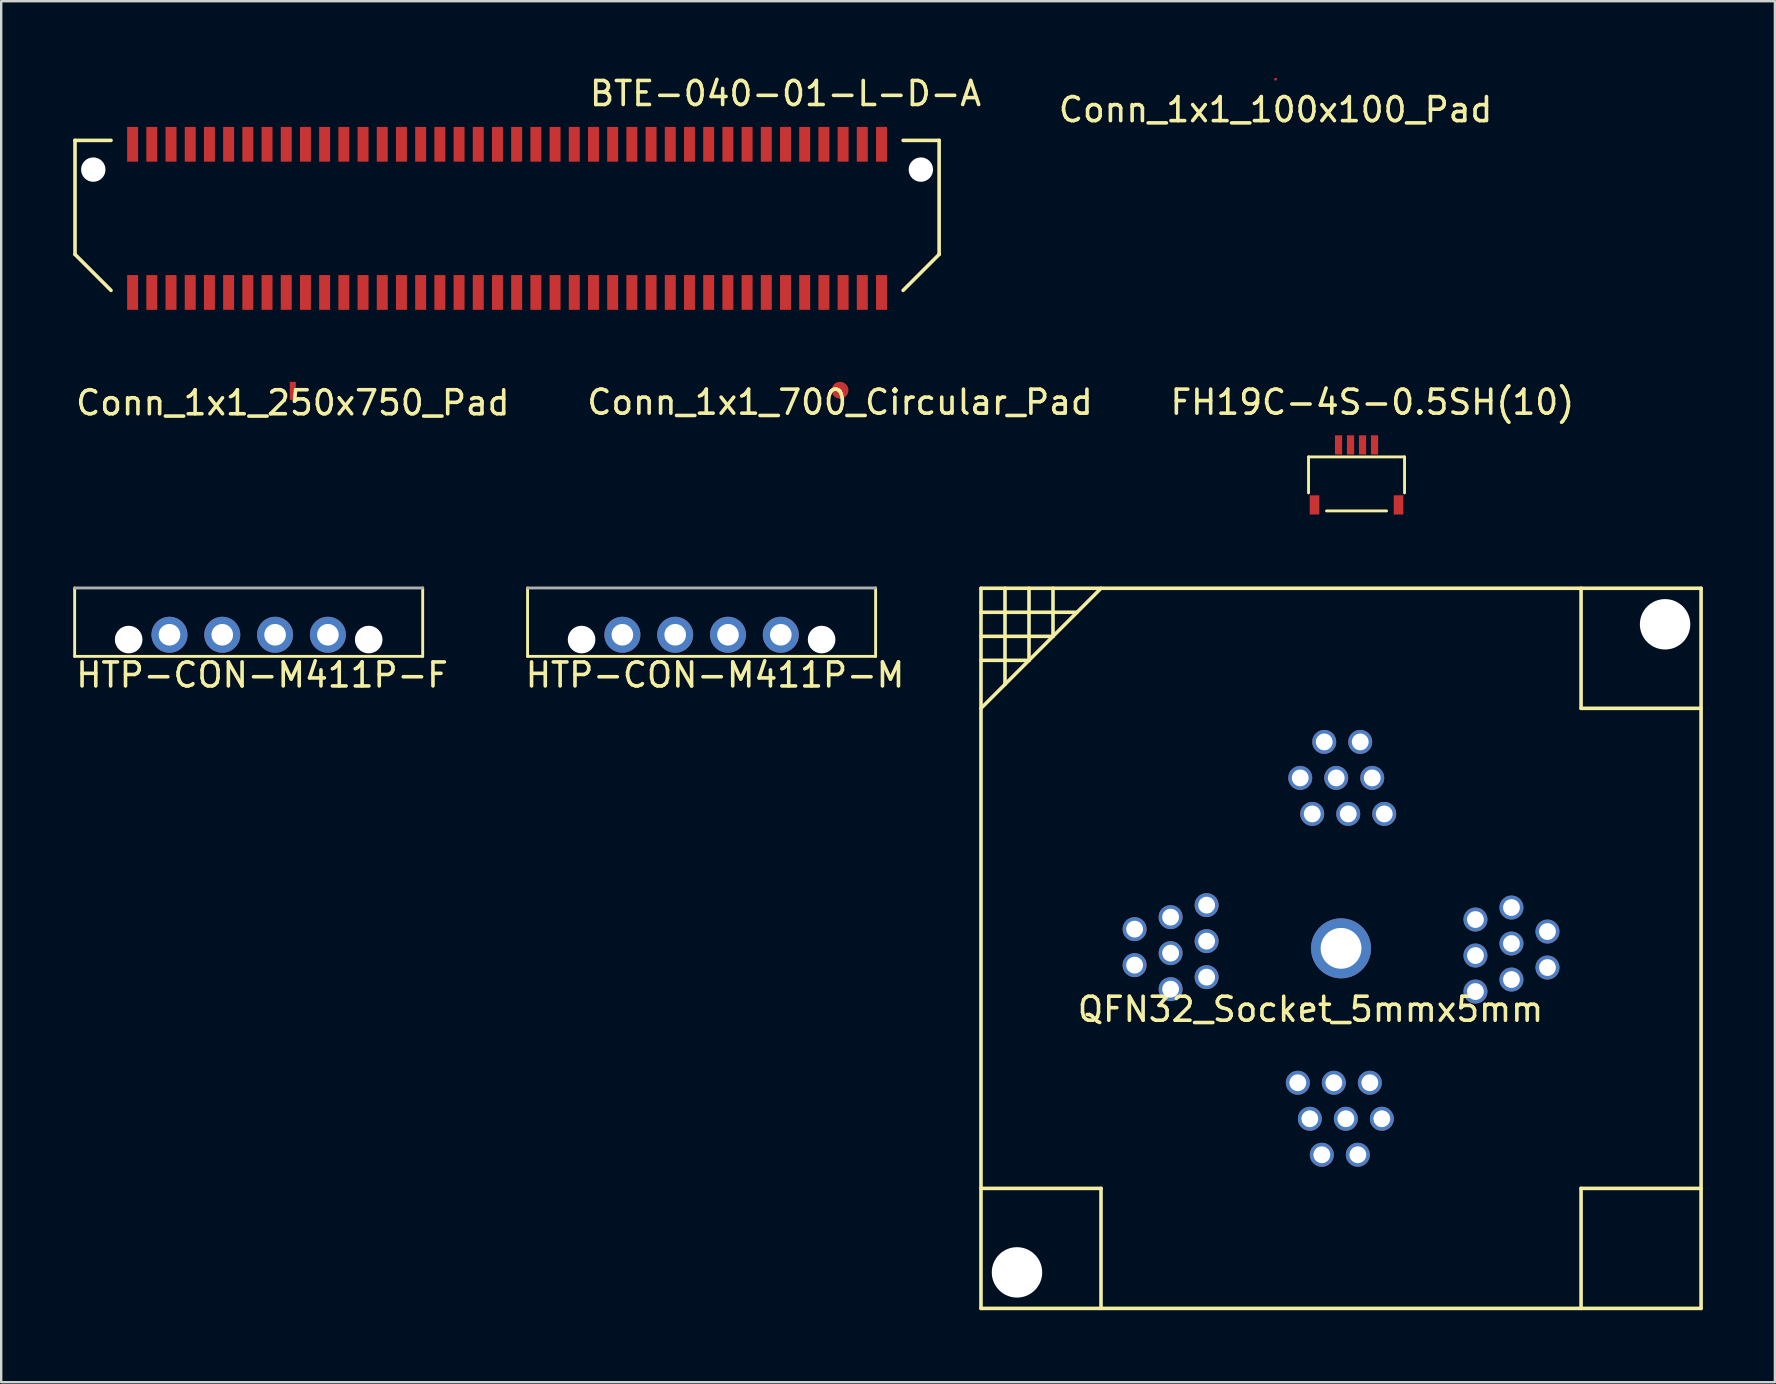
<source format=kicad_pcb>
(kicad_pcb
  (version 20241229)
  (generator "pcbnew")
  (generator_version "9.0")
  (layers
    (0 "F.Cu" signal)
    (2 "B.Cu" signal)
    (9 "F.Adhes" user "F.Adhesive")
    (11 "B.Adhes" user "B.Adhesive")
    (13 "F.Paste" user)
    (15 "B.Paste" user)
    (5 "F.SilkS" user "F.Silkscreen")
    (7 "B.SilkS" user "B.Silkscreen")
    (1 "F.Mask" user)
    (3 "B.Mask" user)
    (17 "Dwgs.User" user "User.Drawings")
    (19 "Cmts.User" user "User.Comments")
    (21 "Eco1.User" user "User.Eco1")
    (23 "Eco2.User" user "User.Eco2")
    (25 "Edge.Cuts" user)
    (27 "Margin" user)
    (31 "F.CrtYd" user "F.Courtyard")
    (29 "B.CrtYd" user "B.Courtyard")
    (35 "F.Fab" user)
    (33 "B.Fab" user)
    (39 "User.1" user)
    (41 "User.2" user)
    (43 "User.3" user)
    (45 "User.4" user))
  (footprint "HTP-CON-M411P-F"
    (layer "F.Cu")
    (at 7.31 23.395)
    (property "Reference" "HTP-CON-M411P-F" (at 0.559 1.676 0) (layer "F.SilkS") (effects (font (size 1 1) (thickness 0.15))))
    (attr through_hole)
    (fp_line (start -7.25 -1.95) (end -7.25 0.9) (stroke (width 0.12) (type solid)) (layer "F.SilkS"))
    (fp_line (start -7.25 0.9) (end 7.25 0.9) (stroke (width 0.12) (type solid)) (layer "F.SilkS"))
    (fp_line (start 7.25 0.9) (end 7.25 -1.95) (stroke (width 0.12) (type solid)) (layer "F.SilkS"))
    (fp_line (start -7.25 -1.95) (end 7.25 -1.95) (stroke (width 0.12) (type solid)) (layer "F.Fab"))
    (pad "" np_thru_hole circle (at -5 0.2) (size 1.15 1.15) (drill 1.15) (layers "*.Cu" "*.Mask"))
    (pad "" np_thru_hole circle (at 5 0.2 90) (size 1.15 1.15) (drill 1.15) (layers "*.Cu" "*.Mask"))
    (pad "1" thru_hole circle (at -3.3 0) (size 1.5 1.5) (drill 0.9) (layers "*.Cu" "*.Mask"))
    (pad "2" thru_hole circle (at -1.1 0 90) (size 1.5 1.5) (drill 0.9) (layers "*.Cu" "*.Mask"))
    (pad "3" thru_hole circle (at 1.1 0) (size 1.5 1.5) (drill 0.9) (layers "*.Cu" "*.Mask"))
    (pad "4" thru_hole circle (at 3.3 0) (size 1.5 1.5) (drill 0.9) (layers "*.Cu" "*.Mask")))
  (footprint "BTE-040-01-L-D-A"
    (layer "F.Cu")
    (at 18.075 6.048)
    (property "Reference" "BTE-040-01-L-D-A" (at 11.6 -5.2 0) (layer "F.SilkS") (effects (font (size 1 1) (thickness 0.15))))
    (attr through_hole)
    (fp_line (start -18 -3.25) (end -16.5 -3.25) (stroke (width 0.15) (type solid)) (layer "F.SilkS"))
    (fp_line (start -18 1.5) (end -18 -3.25) (stroke (width 0.15) (type solid)) (layer "F.SilkS"))
    (fp_line (start -16.5 3) (end -18 1.5) (stroke (width 0.15) (type solid)) (layer "F.SilkS"))
    (fp_line (start 16.5 -3.25) (end 18 -3.25) (stroke (width 0.15) (type solid)) (layer "F.SilkS"))
    (fp_line (start 16.5 3) (end 18 1.5) (stroke (width 0.15) (type solid)) (layer "F.SilkS"))
    (fp_line (start 18 1.5) (end 18 -3.25) (stroke (width 0.15) (type solid)) (layer "F.SilkS"))
    (pad "" np_thru_hole circle (at -17.239 -2.032) (size 1.016 1.016) (drill 1.016) (layers "*.Cu" "*.Mask"))
    (pad "" np_thru_hole circle (at 17.239 -2.032) (size 1.016 1.016) (drill 1.016) (layers "*.Cu" "*.Mask"))
    (pad "1" smd rect (at -15.6 -3.086) (size 0.457 1.448) (layers "F.Cu" "F.Mask" "F.Paste"))
    (pad "2" smd rect (at -15.6 3.086) (size 0.457 1.448) (layers "F.Cu" "F.Mask" "F.Paste"))
    (pad "3" smd rect (at -14.8 -3.086) (size 0.457 1.448) (layers "F.Cu" "F.Mask" "F.Paste"))
    (pad "4" smd rect (at -14.8 3.086) (size 0.457 1.448) (layers "F.Cu" "F.Mask" "F.Paste"))
    (pad "5" smd rect (at -14 -3.086) (size 0.457 1.448) (layers "F.Cu" "F.Mask" "F.Paste"))
    (pad "6" smd rect (at -14 3.086) (size 0.457 1.448) (layers "F.Cu" "F.Mask" "F.Paste"))
    (pad "7" smd rect (at -13.2 -3.086) (size 0.457 1.448) (layers "F.Cu" "F.Mask" "F.Paste"))
    (pad "8" smd rect (at -13.2 3.086) (size 0.457 1.448) (layers "F.Cu" "F.Mask" "F.Paste"))
    (pad "9" smd rect (at -12.4 -3.086) (size 0.457 1.448) (layers "F.Cu" "F.Mask" "F.Paste"))
    (pad "10" smd rect (at -12.4 3.086) (size 0.457 1.448) (layers "F.Cu" "F.Mask" "F.Paste"))
    (pad "11" smd rect (at -11.6 -3.086) (size 0.457 1.448) (layers "F.Cu" "F.Mask" "F.Paste"))
    (pad "12" smd rect (at -11.6 3.086) (size 0.457 1.448) (layers "F.Cu" "F.Mask" "F.Paste"))
    (pad "13" smd rect (at -10.8 -3.086) (size 0.457 1.448) (layers "F.Cu" "F.Mask" "F.Paste"))
    (pad "14" smd rect (at -10.8 3.086) (size 0.457 1.448) (layers "F.Cu" "F.Mask" "F.Paste"))
    (pad "15" smd rect (at -10 -3.086) (size 0.457 1.448) (layers "F.Cu" "F.Mask" "F.Paste"))
    (pad "16" smd rect (at -10 3.086) (size 0.457 1.448) (layers "F.Cu" "F.Mask" "F.Paste"))
    (pad "17" smd rect (at -9.2 -3.086) (size 0.457 1.448) (layers "F.Cu" "F.Mask" "F.Paste"))
    (pad "18" smd rect (at -9.2 3.086) (size 0.457 1.448) (layers "F.Cu" "F.Mask" "F.Paste"))
    (pad "19" smd rect (at -8.4 -3.086) (size 0.457 1.448) (layers "F.Cu" "F.Mask" "F.Paste"))
    (pad "20" smd rect (at -8.4 3.086) (size 0.457 1.448) (layers "F.Cu" "F.Mask" "F.Paste"))
    (pad "21" smd rect (at -7.6 -3.086) (size 0.457 1.448) (layers "F.Cu" "F.Mask" "F.Paste"))
    (pad "22" smd rect (at -7.6 3.086) (size 0.457 1.448) (layers "F.Cu" "F.Mask" "F.Paste"))
    (pad "23" smd rect (at -6.8 -3.086) (size 0.457 1.448) (layers "F.Cu" "F.Mask" "F.Paste"))
    (pad "24" smd rect (at -6.8 3.086) (size 0.457 1.448) (layers "F.Cu" "F.Mask" "F.Paste"))
    (pad "25" smd rect (at -6 -3.086) (size 0.457 1.448) (layers "F.Cu" "F.Mask" "F.Paste"))
    (pad "26" smd rect (at -6 3.086) (size 0.457 1.448) (layers "F.Cu" "F.Mask" "F.Paste"))
    (pad "27" smd rect (at -5.2 -3.086) (size 0.457 1.448) (layers "F.Cu" "F.Mask" "F.Paste"))
    (pad "28" smd rect (at -5.2 3.086) (size 0.457 1.448) (layers "F.Cu" "F.Mask" "F.Paste"))
    (pad "29" smd rect (at -4.4 -3.086) (size 0.457 1.448) (layers "F.Cu" "F.Mask" "F.Paste"))
    (pad "30" smd rect (at -4.4 3.086) (size 0.457 1.448) (layers "F.Cu" "F.Mask" "F.Paste"))
    (pad "31" smd rect (at -3.6 -3.086) (size 0.457 1.448) (layers "F.Cu" "F.Mask" "F.Paste"))
    (pad "32" smd rect (at -3.6 3.086) (size 0.457 1.448) (layers "F.Cu" "F.Mask" "F.Paste"))
    (pad "33" smd rect (at -2.8 -3.086) (size 0.457 1.448) (layers "F.Cu" "F.Mask" "F.Paste"))
    (pad "34" smd rect (at -2.8 3.086) (size 0.457 1.448) (layers "F.Cu" "F.Mask" "F.Paste"))
    (pad "35" smd rect (at -2 -3.086) (size 0.457 1.448) (layers "F.Cu" "F.Mask" "F.Paste"))
    (pad "36" smd rect (at -2 3.086) (size 0.457 1.448) (layers "F.Cu" "F.Mask" "F.Paste"))
    (pad "37" smd rect (at -1.2 -3.086) (size 0.457 1.448) (layers "F.Cu" "F.Mask" "F.Paste"))
    (pad "38" smd rect (at -1.2 3.086) (size 0.457 1.448) (layers "F.Cu" "F.Mask" "F.Paste"))
    (pad "39" smd rect (at -0.4 -3.086) (size 0.457 1.448) (layers "F.Cu" "F.Mask" "F.Paste"))
    (pad "40" smd rect (at -0.4 3.086) (size 0.457 1.448) (layers "F.Cu" "F.Mask" "F.Paste"))
    (pad "41" smd rect (at 0.4 -3.086) (size 0.457 1.448) (layers "F.Cu" "F.Mask" "F.Paste"))
    (pad "42" smd rect (at 0.4 3.086) (size 0.457 1.448) (layers "F.Cu" "F.Mask" "F.Paste"))
    (pad "43" smd rect (at 1.2 -3.086) (size 0.457 1.448) (layers "F.Cu" "F.Mask" "F.Paste"))
    (pad "44" smd rect (at 1.2 3.086) (size 0.457 1.448) (layers "F.Cu" "F.Mask" "F.Paste"))
    (pad "45" smd rect (at 2 -3.086) (size 0.457 1.448) (layers "F.Cu" "F.Mask" "F.Paste"))
    (pad "46" smd rect (at 2 3.086) (size 0.457 1.448) (layers "F.Cu" "F.Mask" "F.Paste"))
    (pad "47" smd rect (at 2.8 -3.086) (size 0.457 1.448) (layers "F.Cu" "F.Mask" "F.Paste"))
    (pad "48" smd rect (at 2.8 3.086) (size 0.457 1.448) (layers "F.Cu" "F.Mask" "F.Paste"))
    (pad "49" smd rect (at 3.6 -3.086) (size 0.457 1.448) (layers "F.Cu" "F.Mask" "F.Paste"))
    (pad "50" smd rect (at 3.6 3.086) (size 0.457 1.448) (layers "F.Cu" "F.Mask" "F.Paste"))
    (pad "51" smd rect (at 4.4 -3.086) (size 0.457 1.448) (layers "F.Cu" "F.Mask" "F.Paste"))
    (pad "52" smd rect (at 4.4 3.086) (size 0.457 1.448) (layers "F.Cu" "F.Mask" "F.Paste"))
    (pad "53" smd rect (at 5.2 -3.086) (size 0.457 1.448) (layers "F.Cu" "F.Mask" "F.Paste"))
    (pad "54" smd rect (at 5.2 3.086) (size 0.457 1.448) (layers "F.Cu" "F.Mask" "F.Paste"))
    (pad "55" smd rect (at 6 -3.086) (size 0.457 1.448) (layers "F.Cu" "F.Mask" "F.Paste"))
    (pad "56" smd rect (at 6 3.086) (size 0.457 1.448) (layers "F.Cu" "F.Mask" "F.Paste"))
    (pad "57" smd rect (at 6.8 -3.086) (size 0.457 1.448) (layers "F.Cu" "F.Mask" "F.Paste"))
    (pad "58" smd rect (at 6.8 3.086) (size 0.457 1.448) (layers "F.Cu" "F.Mask" "F.Paste"))
    (pad "59" smd rect (at 7.6 -3.086) (size 0.457 1.448) (layers "F.Cu" "F.Mask" "F.Paste"))
    (pad "60" smd rect (at 7.6 3.086) (size 0.457 1.448) (layers "F.Cu" "F.Mask" "F.Paste"))
    (pad "61" smd rect (at 8.4 -3.086) (size 0.457 1.448) (layers "F.Cu" "F.Mask" "F.Paste"))
    (pad "62" smd rect (at 8.4 3.086) (size 0.457 1.448) (layers "F.Cu" "F.Mask" "F.Paste"))
    (pad "63" smd rect (at 9.2 -3.086) (size 0.457 1.448) (layers "F.Cu" "F.Mask" "F.Paste"))
    (pad "64" smd rect (at 9.2 3.086) (size 0.457 1.448) (layers "F.Cu" "F.Mask" "F.Paste"))
    (pad "65" smd rect (at 10 -3.086) (size 0.457 1.448) (layers "F.Cu" "F.Mask" "F.Paste"))
    (pad "66" smd rect (at 10 3.086) (size 0.457 1.448) (layers "F.Cu" "F.Mask" "F.Paste"))
    (pad "67" smd rect (at 10.8 -3.086) (size 0.457 1.448) (layers "F.Cu" "F.Mask" "F.Paste"))
    (pad "68" smd rect (at 10.8 3.086) (size 0.457 1.448) (layers "F.Cu" "F.Mask" "F.Paste"))
    (pad "69" smd rect (at 11.6 -3.086) (size 0.457 1.448) (layers "F.Cu" "F.Mask" "F.Paste"))
    (pad "70" smd rect (at 11.6 3.086) (size 0.457 1.448) (layers "F.Cu" "F.Mask" "F.Paste"))
    (pad "71" smd rect (at 12.4 -3.086) (size 0.457 1.448) (layers "F.Cu" "F.Mask" "F.Paste"))
    (pad "72" smd rect (at 12.4 3.086) (size 0.457 1.448) (layers "F.Cu" "F.Mask" "F.Paste"))
    (pad "73" smd rect (at 13.2 -3.086) (size 0.457 1.448) (layers "F.Cu" "F.Mask" "F.Paste"))
    (pad "74" smd rect (at 13.2 3.086) (size 0.457 1.448) (layers "F.Cu" "F.Mask" "F.Paste"))
    (pad "75" smd rect (at 14 -3.086) (size 0.457 1.448) (layers "F.Cu" "F.Mask" "F.Paste"))
    (pad "76" smd rect (at 14 3.086) (size 0.457 1.448) (layers "F.Cu" "F.Mask" "F.Paste"))
    (pad "77" smd rect (at 14.8 -3.086) (size 0.457 1.448) (layers "F.Cu" "F.Mask" "F.Paste"))
    (pad "78" smd rect (at 14.8 3.086) (size 0.457 1.448) (layers "F.Cu" "F.Mask" "F.Paste"))
    (pad "79" smd rect (at 15.6 -3.086) (size 0.457 1.448) (layers "F.Cu" "F.Mask" "F.Paste"))
    (pad "80" smd rect (at 15.6 3.086) (size 0.457 1.448) (layers "F.Cu" "F.Mask" "F.Paste")))
  (footprint "HTP-CON-M411P-M"
    (layer "F.Cu")
    (at 26.179 23.395)
    (property "Reference" "HTP-CON-M411P-M" (at 0.559 1.676 0) (layer "F.SilkS") (effects (font (size 1 1) (thickness 0.15))))
    (attr through_hole)
    (fp_line (start -7.25 -1.95) (end -7.25 0.9) (stroke (width 0.12) (type solid)) (layer "F.SilkS"))
    (fp_line (start -7.25 0.9) (end 7.25 0.9) (stroke (width 0.12) (type solid)) (layer "F.SilkS"))
    (fp_line (start 7.25 0.9) (end 7.25 -1.95) (stroke (width 0.12) (type solid)) (layer "F.SilkS"))
    (fp_line (start -7.25 -1.95) (end 7.25 -1.95) (stroke (width 0.12) (type solid)) (layer "F.Fab"))
    (pad "" np_thru_hole circle (at -5 0.2) (size 1.15 1.15) (drill 1.15) (layers "*.Cu" "*.Mask"))
    (pad "" np_thru_hole circle (at 5 0.2 90) (size 1.15 1.15) (drill 1.15) (layers "*.Cu" "*.Mask"))
    (pad "1" thru_hole circle (at -3.3 0) (size 1.5 1.5) (drill 0.9) (layers "*.Cu" "*.Mask"))
    (pad "2" thru_hole circle (at -1.1 0 90) (size 1.5 1.5) (drill 0.9) (layers "*.Cu" "*.Mask"))
    (pad "3" thru_hole circle (at 1.1 0) (size 1.5 1.5) (drill 0.9) (layers "*.Cu" "*.Mask"))
    (pad "4" thru_hole circle (at 3.3 0) (size 1.5 1.5) (drill 0.9) (layers "*.Cu" "*.Mask")))
  (footprint "Conn_1x1_100x100_Pad"
    (layer "F.Cu")
    (at 50.092 0.25)
    (property "Reference" "Conn_1x1_100x100_Pad" (at 0 1.27 0) (layer "F.SilkS") (effects (font (size 1 1) (thickness 0.15))))
    (attr through_hole)
    (pad "1" smd rect (at 0 0) (size 0.1 0.1) (layers "F.Cu" "F.Mask" "F.Paste")))
  (footprint "QFN32_Socket_5mmx5mm"
    (layer "F.Cu")
    (at 52.819 36.459)
    (property "Reference" "QFN32_Socket_5mmx5mm" (at -1.27 2.54 0) (layer "F.SilkS") (effects (font (size 1 1) (thickness 0.15))))
    (attr through_hole)
    (fp_line (start -15 -15) (end 15 -15) (stroke (width 0.15) (type solid)) (layer "F.SilkS"))
    (fp_line (start -15 -14) (end -11 -14) (stroke (width 0.15) (type solid)) (layer "F.SilkS"))
    (fp_line (start -15 -13) (end -12 -13) (stroke (width 0.15) (type solid)) (layer "F.SilkS"))
    (fp_line (start -15 -12) (end -13 -12) (stroke (width 0.15) (type solid)) (layer "F.SilkS"))
    (fp_line (start -15 10) (end -10 10) (stroke (width 0.15) (type solid)) (layer "F.SilkS"))
    (fp_line (start -15 15) (end -15 -15) (stroke (width 0.15) (type solid)) (layer "F.SilkS"))
    (fp_line (start -14 -15) (end -14 -11) (stroke (width 0.15) (type solid)) (layer "F.SilkS"))
    (fp_line (start -13 -15) (end -13 -12) (stroke (width 0.15) (type solid)) (layer "F.SilkS"))
    (fp_line (start -12 -15) (end -12 -13) (stroke (width 0.15) (type solid)) (layer "F.SilkS"))
    (fp_line (start -10 -15) (end -15 -10) (stroke (width 0.15) (type solid)) (layer "F.SilkS"))
    (fp_line (start -10 10) (end -10 15) (stroke (width 0.15) (type solid)) (layer "F.SilkS"))
    (fp_line (start 10 -15) (end 10 -10) (stroke (width 0.15) (type solid)) (layer "F.SilkS"))
    (fp_line (start 10 -10) (end 15 -10) (stroke (width 0.15) (type solid)) (layer "F.SilkS"))
    (fp_line (start 10 10) (end 10 15) (stroke (width 0.15) (type solid)) (layer "F.SilkS"))
    (fp_line (start 15 -15) (end 15 15) (stroke (width 0.15) (type solid)) (layer "F.SilkS"))
    (fp_line (start 15 10) (end 10 10) (stroke (width 0.15) (type solid)) (layer "F.SilkS"))
    (fp_line (start 15 15) (end -15 15) (stroke (width 0.15) (type solid)) (layer "F.SilkS"))
    (pad "" np_thru_hole circle (at -13.5 13.5) (size 2.1 2.1) (drill 2.1) (layers "*.Cu" "*.Mask"))
    (pad "" np_thru_hole circle (at 13.5 -13.5) (size 2.1 2.1) (drill 2.1) (layers "*.Cu" "*.Mask"))
    (pad "1" thru_hole circle (at -5.6 -1.8 180) (size 1 1) (drill 0.7) (layers "*.Cu" "*.Mask"))
    (pad "2" thru_hole circle (at -7.1 -1.3 180) (size 1 1) (drill 0.7) (layers "*.Cu" "*.Mask"))
    (pad "3" thru_hole circle (at -8.6 -0.8 180) (size 1 1) (drill 0.7) (layers "*.Cu" "*.Mask"))
    (pad "4" thru_hole circle (at -5.6 -0.3 180) (size 1 1) (drill 0.7) (layers "*.Cu" "*.Mask"))
    (pad "5" thru_hole circle (at -7.1 0.2 180) (size 1 1) (drill 0.7) (layers "*.Cu" "*.Mask"))
    (pad "6" thru_hole circle (at -8.6 0.7 180) (size 1 1) (drill 0.7) (layers "*.Cu" "*.Mask"))
    (pad "7" thru_hole circle (at -5.6 1.2 180) (size 1 1) (drill 0.7) (layers "*.Cu" "*.Mask"))
    (pad "8" thru_hole circle (at -7.1 1.7 180) (size 1 1) (drill 0.7) (layers "*.Cu" "*.Mask"))
    (pad "9" thru_hole circle (at -1.8 5.6 270) (size 1 1) (drill 0.7) (layers "*.Cu" "*.Mask"))
    (pad "10" thru_hole circle (at -1.3 7.1 270) (size 1 1) (drill 0.7) (layers "*.Cu" "*.Mask"))
    (pad "11" thru_hole circle (at -0.8 8.6 270) (size 1 1) (drill 0.7) (layers "*.Cu" "*.Mask"))
    (pad "12" thru_hole circle (at -0.3 5.6 270) (size 1 1) (drill 0.7) (layers "*.Cu" "*.Mask"))
    (pad "13" thru_hole circle (at 0.2 7.1 270) (size 1 1) (drill 0.7) (layers "*.Cu" "*.Mask"))
    (pad "14" thru_hole circle (at 0.7 8.6 270) (size 1 1) (drill 0.7) (layers "*.Cu" "*.Mask"))
    (pad "15" thru_hole circle (at 1.2 5.6 270) (size 1 1) (drill 0.7) (layers "*.Cu" "*.Mask"))
    (pad "16" thru_hole circle (at 1.7 7.1 270) (size 1 1) (drill 0.7) (layers "*.Cu" "*.Mask"))
    (pad "17" thru_hole circle (at 5.6 1.8) (size 1 1) (drill 0.7) (layers "*.Cu" "*.Mask"))
    (pad "18" thru_hole circle (at 7.1 1.3) (size 1 1) (drill 0.7) (layers "*.Cu" "*.Mask"))
    (pad "19" thru_hole circle (at 8.6 0.8) (size 1 1) (drill 0.7) (layers "*.Cu" "*.Mask"))
    (pad "20" thru_hole circle (at 5.6 0.3) (size 1 1) (drill 0.7) (layers "*.Cu" "*.Mask"))
    (pad "21" thru_hole circle (at 7.1 -0.2) (size 1 1) (drill 0.7) (layers "*.Cu" "*.Mask"))
    (pad "22" thru_hole circle (at 8.6 -0.7) (size 1 1) (drill 0.7) (layers "*.Cu" "*.Mask"))
    (pad "23" thru_hole circle (at 5.6 -1.2) (size 1 1) (drill 0.7) (layers "*.Cu" "*.Mask"))
    (pad "24" thru_hole circle (at 7.1 -1.7) (size 1 1) (drill 0.7) (layers "*.Cu" "*.Mask"))
    (pad "25" thru_hole circle (at 1.8 -5.6 90) (size 1 1) (drill 0.7) (layers "*.Cu" "*.Mask"))
    (pad "26" thru_hole circle (at 1.3 -7.1 90) (size 1 1) (drill 0.7) (layers "*.Cu" "*.Mask"))
    (pad "27" thru_hole circle (at 0.8 -8.6 90) (size 1 1) (drill 0.7) (layers "*.Cu" "*.Mask"))
    (pad "28" thru_hole circle (at 0.3 -5.6 90) (size 1 1) (drill 0.7) (layers "*.Cu" "*.Mask"))
    (pad "29" thru_hole circle (at -0.2 -7.1 90) (size 1 1) (drill 0.7) (layers "*.Cu" "*.Mask"))
    (pad "30" thru_hole circle (at -0.7 -8.6 90) (size 1 1) (drill 0.7) (layers "*.Cu" "*.Mask"))
    (pad "31" thru_hole circle (at -1.2 -5.6 90) (size 1 1) (drill 0.7) (layers "*.Cu" "*.Mask"))
    (pad "32" thru_hole circle (at -1.7 -7.1 90) (size 1 1) (drill 0.7) (layers "*.Cu" "*.Mask"))
    (pad "33" thru_hole circle (at 0 0) (size 2.5 2.5) (drill 1.7) (layers "*.Cu" "*.Mask")))
  (footprint "Conn_1x1_250x750_Pad"
    (layer "F.Cu")
    (at 9.149 13.233)
    (property "Reference" "Conn_1x1_250x750_Pad" (at 0 0.5 0) (layer "F.SilkS") (effects (font (size 1 1) (thickness 0.15))))
    (attr through_hole)
    (pad "1" smd rect (at 0 0) (size 0.25 0.75) (layers "F.Cu" "F.Mask" "F.Paste")))
  (footprint "Conn_1x1_700_Circular_Pad"
    (layer "F.Cu")
    (at 31.946 13.208)
    (property "Reference" "Conn_1x1_700_Circular_Pad" (at 0 0.5 0) (layer "F.SilkS") (effects (font (size 1 1) (thickness 0.15))))
    (attr through_hole)
    (pad "1" smd circle (at 0 0) (size 0.7 0.7) (layers "F.Cu" "F.Mask" "F.Paste")))
  (footprint "FH19C-4S-0.5SH(10)"
    (layer "F.Cu")
    (at 53.465 15.485)
    (property "Reference" "FH19C-4S-0.5SH(10)" (at 0.66 -1.778 0) (layer "F.SilkS") (effects (font (size 1 1) (thickness 0.15))))
    (attr through_hole)
    (fp_line (start -2 0.5) (end -2 2) (stroke (width 0.12) (type solid)) (layer "F.SilkS"))
    (fp_line (start -2 0.5) (end 2 0.5) (stroke (width 0.12) (type solid)) (layer "F.SilkS"))
    (fp_line (start -1.25 2.75) (end 1.25 2.75) (stroke (width 0.12) (type solid)) (layer "F.SilkS"))
    (fp_line (start 2 0.5) (end 2 2) (stroke (width 0.12) (type solid)) (layer "F.SilkS"))
    (pad "1" smd rect (at -0.75 0) (size 0.3 0.8) (layers "F.Cu" "F.Mask" "F.Paste"))
    (pad "2" smd rect (at -0.25 0) (size 0.3 0.8) (layers "F.Cu" "F.Mask" "F.Paste"))
    (pad "3" smd rect (at 0.25 0) (size 0.3 0.8) (layers "F.Cu" "F.Mask" "F.Paste"))
    (pad "4" smd rect (at 0.75 0) (size 0.3 0.8) (layers "F.Cu" "F.Mask" "F.Paste"))
    (pad "NA" smd rect (at -1.75 2.5) (size 0.4 0.8) (layers "F.Cu" "F.Mask" "F.Paste"))
    (pad "NA" smd rect (at 1.75 2.5) (size 0.4 0.8) (layers "F.Cu" "F.Mask" "F.Paste")))
  (gr_rect
    (start -3 -3)
    (end 70.894 54.535)
    (stroke (width 0.1) (type default))
    (fill no)
    (layer "Edge.Cuts")))
</source>
